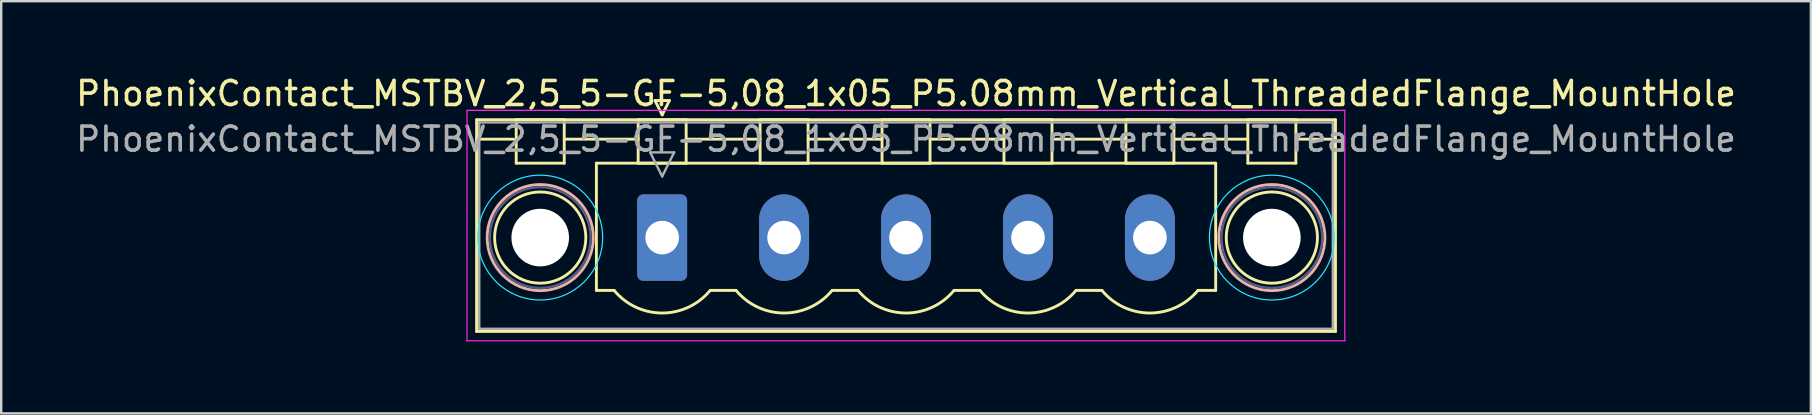
<source format=kicad_pcb>
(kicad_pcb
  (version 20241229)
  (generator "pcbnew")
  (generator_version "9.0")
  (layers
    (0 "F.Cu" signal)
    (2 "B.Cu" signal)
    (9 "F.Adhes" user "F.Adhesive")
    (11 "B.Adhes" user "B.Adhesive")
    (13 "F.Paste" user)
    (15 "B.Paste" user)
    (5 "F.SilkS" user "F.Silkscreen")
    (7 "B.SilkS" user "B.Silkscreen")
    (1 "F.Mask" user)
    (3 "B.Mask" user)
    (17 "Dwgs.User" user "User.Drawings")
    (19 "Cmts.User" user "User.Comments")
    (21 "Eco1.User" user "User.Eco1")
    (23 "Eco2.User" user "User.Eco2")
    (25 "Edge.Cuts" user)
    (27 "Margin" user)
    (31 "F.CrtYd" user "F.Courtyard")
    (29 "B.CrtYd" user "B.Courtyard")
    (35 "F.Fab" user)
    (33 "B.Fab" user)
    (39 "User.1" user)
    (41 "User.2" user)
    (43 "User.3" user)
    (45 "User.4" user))
  (footprint "PhoenixContact_MSTBV_2,5_5-GF-5,08_1x05_P5.08mm_Vertical_ThreadedFlange_MountHole"
    (layer "F.Cu")
    (at 24.536 6.848)
    (property "Reference" "PhoenixContact_MSTBV_2,5_5-GF-5,08_1x05_P5.08mm_Vertical_ThreadedFlange_MountHole" (at 10.16 -6 0) (layer "F.SilkS") (effects (font (size 1 1) (thickness 0.15))))
    (attr through_hole)
    (fp_line (start -7.73 -4.91) (end -7.73 3.91) (stroke (width 0.12) (type solid)) (layer "F.SilkS"))
    (fp_line (start -7.73 -4.1) (end -6.19 -4.1) (stroke (width 0.12) (type solid)) (layer "F.SilkS"))
    (fp_line (start -7.73 3.91) (end 28.05 3.91) (stroke (width 0.12) (type solid)) (layer "F.SilkS"))
    (fp_line (start -6.08 -4.91) (end -4.08 -4.91) (stroke (width 0.12) (type solid)) (layer "F.SilkS"))
    (fp_line (start -6.08 -3.1) (end -6.08 -4.91) (stroke (width 0.12) (type solid)) (layer "F.SilkS"))
    (fp_line (start -4.08 -4.91) (end -4.08 -3.1) (stroke (width 0.12) (type solid)) (layer "F.SilkS"))
    (fp_line (start -4.08 -4.1) (end -1 -4.1) (stroke (width 0.12) (type solid)) (layer "F.SilkS"))
    (fp_line (start -4.08 -3.1) (end -6.08 -3.1) (stroke (width 0.12) (type solid)) (layer "F.SilkS"))
    (fp_line (start -2.74 -3.1) (end 23.06 -3.1) (stroke (width 0.12) (type solid)) (layer "F.SilkS"))
    (fp_line (start -2.74 2.2) (end -2.74 -3.1) (stroke (width 0.12) (type solid)) (layer "F.SilkS"))
    (fp_line (start -2 2.2) (end -2.74 2.2) (stroke (width 0.12) (type solid)) (layer "F.SilkS"))
    (fp_line (start -1 -4.91) (end 1 -4.91) (stroke (width 0.12) (type solid)) (layer "F.SilkS"))
    (fp_line (start -1 -3.1) (end -1 -4.91) (stroke (width 0.12) (type solid)) (layer "F.SilkS"))
    (fp_line (start -0.3 -5.71) (end 0.3 -5.71) (stroke (width 0.12) (type solid)) (layer "F.SilkS"))
    (fp_line (start 0 -5.11) (end -0.3 -5.71) (stroke (width 0.12) (type solid)) (layer "F.SilkS"))
    (fp_line (start 0.3 -5.71) (end 0 -5.11) (stroke (width 0.12) (type solid)) (layer "F.SilkS"))
    (fp_line (start 1 -4.91) (end 1 -3.1) (stroke (width 0.12) (type solid)) (layer "F.SilkS"))
    (fp_line (start 1 -4.1) (end 4.08 -4.1) (stroke (width 0.12) (type solid)) (layer "F.SilkS"))
    (fp_line (start 1 -3.1) (end -1 -3.1) (stroke (width 0.12) (type solid)) (layer "F.SilkS"))
    (fp_line (start 2 2.2) (end 3.08 2.2) (stroke (width 0.12) (type solid)) (layer "F.SilkS"))
    (fp_line (start 4.08 -4.91) (end 6.08 -4.91) (stroke (width 0.12) (type solid)) (layer "F.SilkS"))
    (fp_line (start 4.08 -3.1) (end 4.08 -4.91) (stroke (width 0.12) (type solid)) (layer "F.SilkS"))
    (fp_line (start 6.08 -4.91) (end 6.08 -3.1) (stroke (width 0.12) (type solid)) (layer "F.SilkS"))
    (fp_line (start 6.08 -4.1) (end 9.16 -4.1) (stroke (width 0.12) (type solid)) (layer "F.SilkS"))
    (fp_line (start 6.08 -3.1) (end 4.08 -3.1) (stroke (width 0.12) (type solid)) (layer "F.SilkS"))
    (fp_line (start 7.08 2.2) (end 8.16 2.2) (stroke (width 0.12) (type solid)) (layer "F.SilkS"))
    (fp_line (start 9.16 -4.91) (end 11.16 -4.91) (stroke (width 0.12) (type solid)) (layer "F.SilkS"))
    (fp_line (start 9.16 -3.1) (end 9.16 -4.91) (stroke (width 0.12) (type solid)) (layer "F.SilkS"))
    (fp_line (start 11.16 -4.91) (end 11.16 -3.1) (stroke (width 0.12) (type solid)) (layer "F.SilkS"))
    (fp_line (start 11.16 -4.1) (end 14.24 -4.1) (stroke (width 0.12) (type solid)) (layer "F.SilkS"))
    (fp_line (start 11.16 -3.1) (end 9.16 -3.1) (stroke (width 0.12) (type solid)) (layer "F.SilkS"))
    (fp_line (start 12.16 2.2) (end 13.24 2.2) (stroke (width 0.12) (type solid)) (layer "F.SilkS"))
    (fp_line (start 14.24 -4.91) (end 16.24 -4.91) (stroke (width 0.12) (type solid)) (layer "F.SilkS"))
    (fp_line (start 14.24 -3.1) (end 14.24 -4.91) (stroke (width 0.12) (type solid)) (layer "F.SilkS"))
    (fp_line (start 16.24 -4.91) (end 16.24 -3.1) (stroke (width 0.12) (type solid)) (layer "F.SilkS"))
    (fp_line (start 16.24 -4.1) (end 19.32 -4.1) (stroke (width 0.12) (type solid)) (layer "F.SilkS"))
    (fp_line (start 16.24 -3.1) (end 14.24 -3.1) (stroke (width 0.12) (type solid)) (layer "F.SilkS"))
    (fp_line (start 17.24 2.2) (end 18.32 2.2) (stroke (width 0.12) (type solid)) (layer "F.SilkS"))
    (fp_line (start 19.32 -4.91) (end 21.32 -4.91) (stroke (width 0.12) (type solid)) (layer "F.SilkS"))
    (fp_line (start 19.32 -3.1) (end 19.32 -4.91) (stroke (width 0.12) (type solid)) (layer "F.SilkS"))
    (fp_line (start 21.32 -4.91) (end 21.32 -3.1) (stroke (width 0.12) (type solid)) (layer "F.SilkS"))
    (fp_line (start 21.32 -4.1) (end 24.4 -4.1) (stroke (width 0.12) (type solid)) (layer "F.SilkS"))
    (fp_line (start 21.32 -3.1) (end 19.32 -3.1) (stroke (width 0.12) (type solid)) (layer "F.SilkS"))
    (fp_line (start 23.06 -3.1) (end 23.06 2.2) (stroke (width 0.12) (type solid)) (layer "F.SilkS"))
    (fp_line (start 23.06 2.2) (end 22.32 2.2) (stroke (width 0.12) (type solid)) (layer "F.SilkS"))
    (fp_line (start 24.4 -4.91) (end 26.4 -4.91) (stroke (width 0.12) (type solid)) (layer "F.SilkS"))
    (fp_line (start 24.4 -3.1) (end 24.4 -4.91) (stroke (width 0.12) (type solid)) (layer "F.SilkS"))
    (fp_line (start 26.4 -4.91) (end 26.4 -3.1) (stroke (width 0.12) (type solid)) (layer "F.SilkS"))
    (fp_line (start 26.4 -3.1) (end 24.4 -3.1) (stroke (width 0.12) (type solid)) (layer "F.SilkS"))
    (fp_line (start 28.05 -4.91) (end -7.73 -4.91) (stroke (width 0.12) (type solid)) (layer "F.SilkS"))
    (fp_line (start 28.05 -4.1) (end 26.51 -4.1) (stroke (width 0.12) (type solid)) (layer "F.SilkS"))
    (fp_line (start 28.05 3.91) (end 28.05 -4.91) (stroke (width 0.12) (type solid)) (layer "F.SilkS"))
    (fp_arc (start 1.986842 2.215821) (mid -0.010289 3.142758) (end -2 2.2) (stroke (width 0.12) (type solid)) (layer "F.SilkS"))
    (fp_arc (start 7.066842 2.215821) (mid 5.069711 3.142758) (end 3.08 2.2) (stroke (width 0.12) (type solid)) (layer "F.SilkS"))
    (fp_arc (start 12.146842 2.215821) (mid 10.149711 3.142758) (end 8.16 2.2) (stroke (width 0.12) (type solid)) (layer "F.SilkS"))
    (fp_arc (start 17.226842 2.215821) (mid 15.229711 3.142758) (end 13.24 2.2) (stroke (width 0.12) (type solid)) (layer "F.SilkS"))
    (fp_arc (start 22.306842 2.215821) (mid 20.309711 3.142758) (end 18.32 2.2) (stroke (width 0.12) (type solid)) (layer "F.SilkS"))
    (fp_circle (center -5.08 0) (end -3.18 0) (stroke (width 0.12) (type solid)) (fill no) (layer "F.SilkS"))
    (fp_circle (center 25.4 0) (end 27.3 0) (stroke (width 0.12) (type solid)) (fill no) (layer "F.SilkS"))
    (fp_circle (center -5.08 0) (end -2.87 0) (stroke (width 0.12) (type solid)) (fill no) (layer "B.SilkS"))
    (fp_circle (center 25.4 0) (end 27.61 0) (stroke (width 0.12) (type solid)) (fill no) (layer "B.SilkS"))
    (fp_circle (center -5.08 0) (end -2.48 0) (stroke (width 0.05) (type solid)) (fill no) (layer "B.CrtYd"))
    (fp_circle (center 25.4 0) (end 28 0) (stroke (width 0.05) (type solid)) (fill no) (layer "B.CrtYd"))
    (fp_line (start -8.13 -5.3) (end -8.13 4.3) (stroke (width 0.05) (type solid)) (layer "F.CrtYd"))
    (fp_line (start -8.13 4.3) (end 28.44 4.3) (stroke (width 0.05) (type solid)) (layer "F.CrtYd"))
    (fp_line (start 28.44 -5.3) (end -8.13 -5.3) (stroke (width 0.05) (type solid)) (layer "F.CrtYd"))
    (fp_line (start 28.44 4.3) (end 28.44 -5.3) (stroke (width 0.05) (type solid)) (layer "F.CrtYd"))
    (fp_circle (center -5.08 0) (end -2.98 0) (stroke (width 0.1) (type solid)) (fill no) (layer "B.Fab"))
    (fp_circle (center 25.4 0) (end 27.5 0) (stroke (width 0.1) (type solid)) (fill no) (layer "B.Fab"))
    (fp_line (start -7.62 -4.8) (end -7.62 3.8) (stroke (width 0.1) (type solid)) (layer "F.Fab"))
    (fp_line (start -7.62 3.8) (end 27.94 3.8) (stroke (width 0.1) (type solid)) (layer "F.Fab"))
    (fp_line (start -0.5 -3.55) (end 0.5 -3.55) (stroke (width 0.1) (type solid)) (layer "F.Fab"))
    (fp_line (start 0 -2.55) (end -0.5 -3.55) (stroke (width 0.1) (type solid)) (layer "F.Fab"))
    (fp_line (start 0.5 -3.55) (end 0 -2.55) (stroke (width 0.1) (type solid)) (layer "F.Fab"))
    (fp_line (start 27.94 -4.8) (end -7.62 -4.8) (stroke (width 0.1) (type solid)) (layer "F.Fab"))
    (fp_line (start 27.94 3.8) (end 27.94 -4.8) (stroke (width 0.1) (type solid)) (layer "F.Fab"))
    (fp_text user "${REFERENCE}" (at 10.16 -4.1 0) (layer "F.Fab") (effects (font (size 1 1) (thickness 0.15))))
    (pad "" np_thru_hole circle (at -5.08 0) (size 2.4 2.4) (drill 2.4) (layers "*.Cu" "*.Mask"))
    (pad "" np_thru_hole circle (at 25.4 0) (size 2.4 2.4) (drill 2.4) (layers "*.Cu" "*.Mask"))
    (pad "1" thru_hole roundrect (at 0 0) (size 2.08 3.6) (drill 1.4) (layers "*.Cu" "*.Mask") (roundrect_rratio 0.12))
    (pad "2" thru_hole oval (at 5.08 0) (size 2.08 3.6) (drill 1.4) (layers "*.Cu" "*.Mask"))
    (pad "3" thru_hole oval (at 10.16 0) (size 2.08 3.6) (drill 1.4) (layers "*.Cu" "*.Mask"))
    (pad "4" thru_hole oval (at 15.24 0) (size 2.08 3.6) (drill 1.4) (layers "*.Cu" "*.Mask"))
    (pad "5" thru_hole oval (at 20.32 0) (size 2.08 3.6) (drill 1.4) (layers "*.Cu" "*.Mask")))
  (gr_rect
    (start -3 -3)
    (end 72.393 14.173)
    (stroke (width 0.1) (type default))
    (fill no)
    (layer "Edge.Cuts")))
</source>
